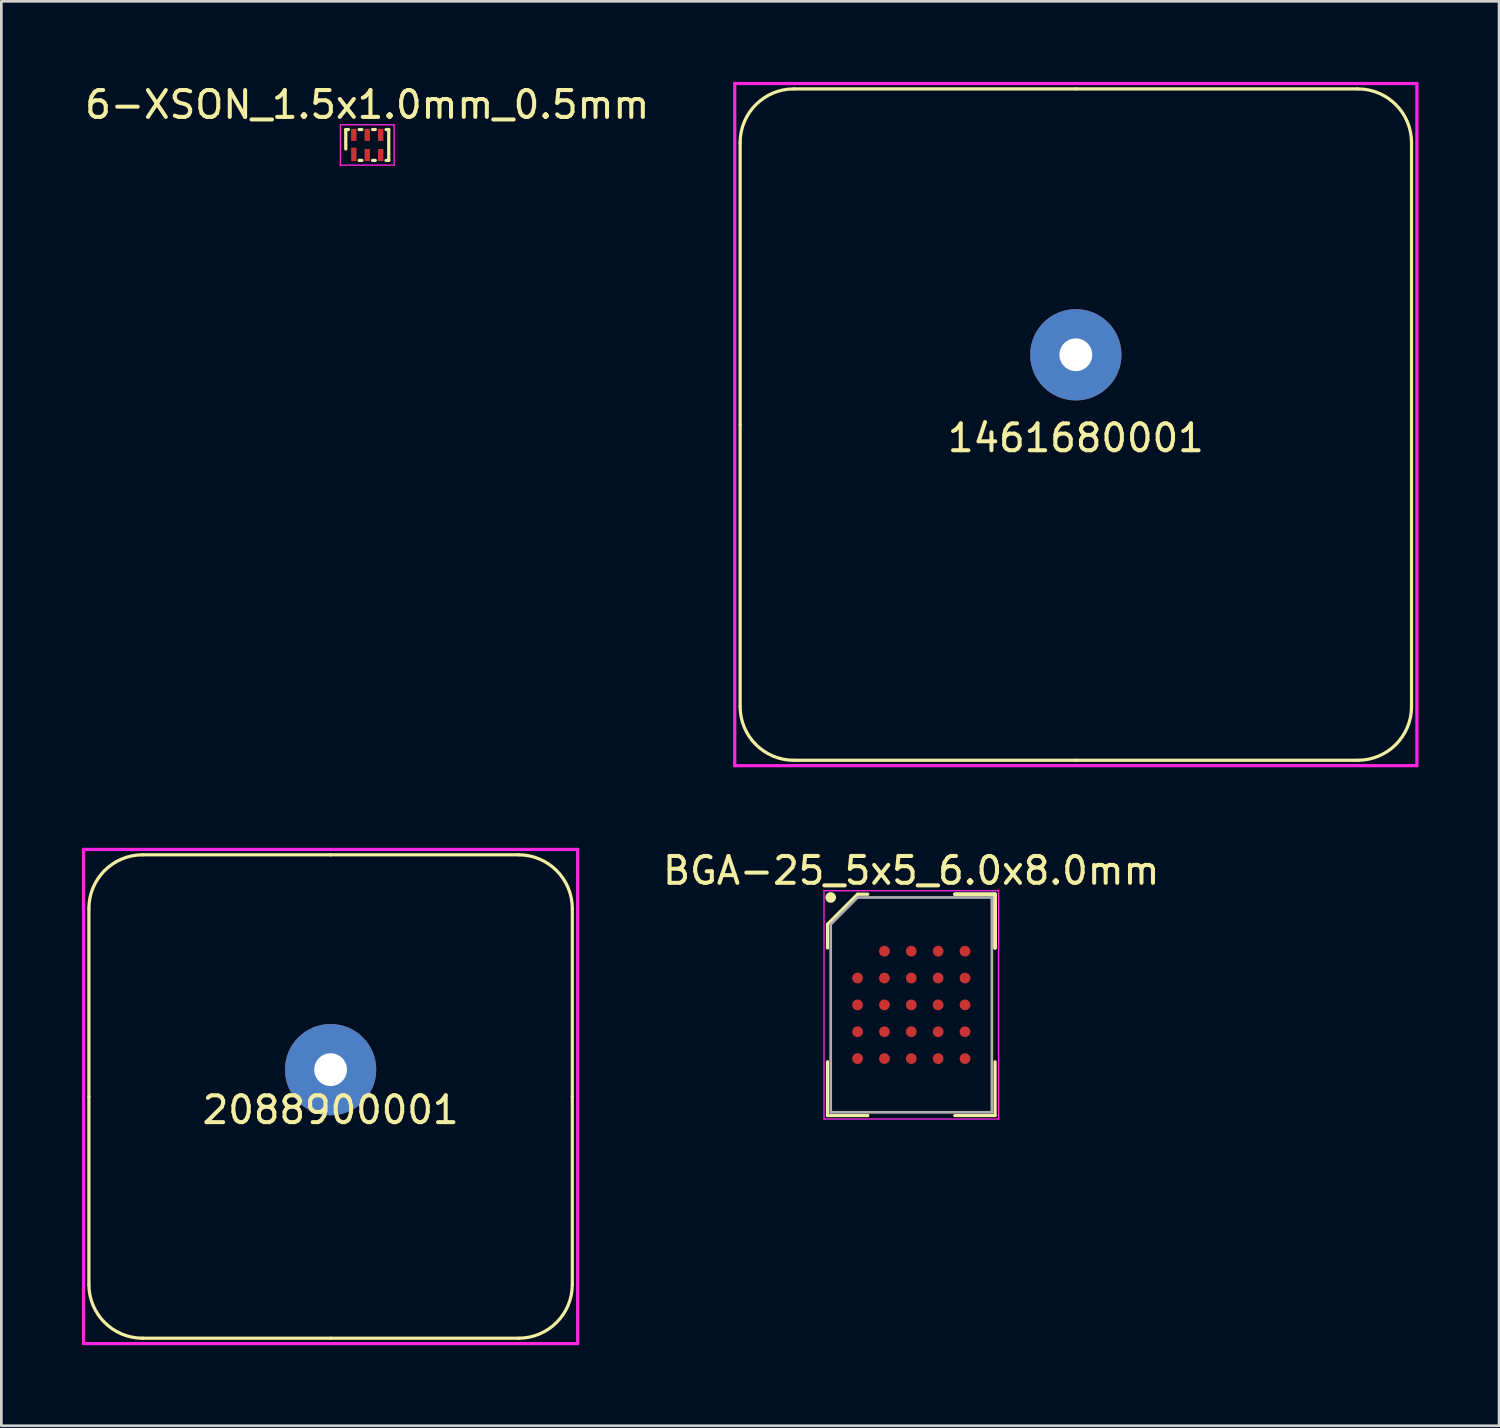
<source format=kicad_pcb>
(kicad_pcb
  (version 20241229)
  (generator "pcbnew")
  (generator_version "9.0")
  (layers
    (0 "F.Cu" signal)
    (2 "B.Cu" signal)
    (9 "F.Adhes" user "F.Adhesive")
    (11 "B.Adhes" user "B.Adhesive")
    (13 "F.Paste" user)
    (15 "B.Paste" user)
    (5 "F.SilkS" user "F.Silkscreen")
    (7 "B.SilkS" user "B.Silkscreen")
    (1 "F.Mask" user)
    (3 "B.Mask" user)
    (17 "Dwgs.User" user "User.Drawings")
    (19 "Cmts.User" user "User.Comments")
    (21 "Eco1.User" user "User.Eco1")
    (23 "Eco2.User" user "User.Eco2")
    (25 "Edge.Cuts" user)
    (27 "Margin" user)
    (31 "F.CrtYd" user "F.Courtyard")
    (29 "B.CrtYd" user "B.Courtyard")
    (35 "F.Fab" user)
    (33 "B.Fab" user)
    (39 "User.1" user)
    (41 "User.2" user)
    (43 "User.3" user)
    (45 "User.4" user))
  (footprint "2088900001"
    (layer "F.Cu")
    (at 9.26 37.78)
    (property "Reference" "2088900001" (at 0 0.5 0) (layer "F.SilkS") (effects (font (size 1 1) (thickness 0.15))))
    (attr through_hole)
    (fp_line (start -9 0) (end -9 -7) (stroke (width 0.12) (type solid)) (layer "F.SilkS"))
    (fp_line (start -9 0) (end -9 7) (stroke (width 0.12) (type solid)) (layer "F.SilkS"))
    (fp_line (start 0 -9) (end -7 -9) (stroke (width 0.12) (type solid)) (layer "F.SilkS"))
    (fp_line (start 0 -9) (end 7 -9) (stroke (width 0.12) (type solid)) (layer "F.SilkS"))
    (fp_line (start 0 9) (end -7 9) (stroke (width 0.12) (type solid)) (layer "F.SilkS"))
    (fp_line (start 0 9) (end 7 9) (stroke (width 0.12) (type solid)) (layer "F.SilkS"))
    (fp_line (start 9 0) (end 9 -7) (stroke (width 0.12) (type solid)) (layer "F.SilkS"))
    (fp_line (start 9 0) (end 9 7) (stroke (width 0.12) (type solid)) (layer "F.SilkS"))
    (fp_arc (start -9 -7) (mid -8.414214 -8.414214) (end -7 -9) (stroke (width 0.12) (type solid)) (layer "F.SilkS"))
    (fp_arc (start -7 9) (mid -8.414214 8.414214) (end -9 7) (stroke (width 0.12) (type solid)) (layer "F.SilkS"))
    (fp_arc (start 7 -9) (mid 8.414214 -8.414214) (end 9 -7) (stroke (width 0.12) (type solid)) (layer "F.SilkS"))
    (fp_arc (start 9 7) (mid 8.414214 8.414214) (end 7 9) (stroke (width 0.12) (type solid)) (layer "F.SilkS"))
    (fp_line (start -9.2 -9.2) (end 9.2 -9.2) (stroke (width 0.12) (type solid)) (layer "F.CrtYd"))
    (fp_line (start -9.2 9.2) (end -9.2 -9.2) (stroke (width 0.12) (type solid)) (layer "F.CrtYd"))
    (fp_line (start 9.2 -9.2) (end 9.2 9.2) (stroke (width 0.12) (type solid)) (layer "F.CrtYd"))
    (fp_line (start 9.2 9.2) (end -9.2 9.2) (stroke (width 0.12) (type solid)) (layer "F.CrtYd"))
    (pad "1" thru_hole circle (at 0 -1) (size 3.4 3.4) (drill 1.22) (layers "*.Cu" "*.Mask")))
  (footprint "BGA-25_5x5_6.0x8.0mm"
    (layer "F.Cu")
    (at 30.883 34.368)
    (property "Reference" "BGA-25_5x5_6.0x8.0mm" (at 0 -5 0) (layer "F.SilkS") (effects (font (size 1 1) (thickness 0.15))))
    (attr smd)
    (fp_line (start -3.12 -3) (end -3.12 -2.12) (stroke (width 0.12) (type solid)) (layer "F.SilkS"))
    (fp_line (start -3.12 4.12) (end -3.12 2.12) (stroke (width 0.12) (type solid)) (layer "F.SilkS"))
    (fp_line (start -2 -4.12) (end -3.12 -3) (stroke (width 0.12) (type solid)) (layer "F.SilkS"))
    (fp_line (start -1.62 -4.12) (end -2 -4.12) (stroke (width 0.12) (type solid)) (layer "F.SilkS"))
    (fp_line (start -1.62 4.12) (end -3.12 4.12) (stroke (width 0.12) (type solid)) (layer "F.SilkS"))
    (fp_line (start 1.62 -4.12) (end 3.12 -4.12) (stroke (width 0.12) (type solid)) (layer "F.SilkS"))
    (fp_line (start 1.62 -4.12) (end 3.12 -4.12) (stroke (width 0.12) (type solid)) (layer "F.SilkS"))
    (fp_line (start 1.62 -4.12) (end 3.12 -4.12) (stroke (width 0.12) (type solid)) (layer "F.SilkS"))
    (fp_line (start 1.62 4.12) (end 3.12 4.12) (stroke (width 0.12) (type solid)) (layer "F.SilkS"))
    (fp_line (start 3.12 -4.12) (end 3.12 -2.12) (stroke (width 0.12) (type solid)) (layer "F.SilkS"))
    (fp_line (start 3.12 -4.12) (end 3.12 -2.12) (stroke (width 0.12) (type solid)) (layer "F.SilkS"))
    (fp_line (start 3.12 -4.12) (end 3.12 -2.12) (stroke (width 0.12) (type solid)) (layer "F.SilkS"))
    (fp_line (start 3.12 4.12) (end 3.12 2.12) (stroke (width 0.12) (type solid)) (layer "F.SilkS"))
    (fp_circle (center -3 -4) (end -3 -3.9) (stroke (width 0.2) (type solid)) (fill no) (layer "F.SilkS"))
    (fp_line (start -3.25 -4.25) (end 3.25 -4.25) (stroke (width 0.05) (type solid)) (layer "F.CrtYd"))
    (fp_line (start -3.25 4.25) (end -3.25 -4.25) (stroke (width 0.05) (type solid)) (layer "F.CrtYd"))
    (fp_line (start 3.25 -4.25) (end 3.25 4.25) (stroke (width 0.05) (type solid)) (layer "F.CrtYd"))
    (fp_line (start 3.25 4.25) (end -3.25 4.25) (stroke (width 0.05) (type solid)) (layer "F.CrtYd"))
    (fp_line (start -3 -3) (end -3 4) (stroke (width 0.1) (type solid)) (layer "F.Fab"))
    (fp_line (start -3 4) (end 3 4) (stroke (width 0.1) (type solid)) (layer "F.Fab"))
    (fp_line (start -2 -4) (end -3 -3) (stroke (width 0.1) (type solid)) (layer "F.Fab"))
    (fp_line (start 3 -4) (end -2 -4) (stroke (width 0.1) (type solid)) (layer "F.Fab"))
    (fp_line (start 3 4) (end 3 -4) (stroke (width 0.1) (type solid)) (layer "F.Fab"))
    (pad "A2" smd circle (at -1 -2) (size 0.4 0.4) (layers "F.Cu" "F.Mask" "F.Paste"))
    (pad "A3" smd circle (at 0 -2) (size 0.4 0.4) (layers "F.Cu" "F.Mask" "F.Paste"))
    (pad "A4" smd circle (at 1 -2) (size 0.4 0.4) (layers "F.Cu" "F.Mask" "F.Paste"))
    (pad "A5" smd circle (at 2 -2) (size 0.4 0.4) (layers "F.Cu" "F.Mask" "F.Paste"))
    (pad "B1" smd circle (at -2 -1) (size 0.4 0.4) (layers "F.Cu" "F.Mask" "F.Paste"))
    (pad "B2" smd circle (at -1 -1) (size 0.4 0.4) (layers "F.Cu" "F.Mask" "F.Paste"))
    (pad "B3" smd circle (at 0 -1) (size 0.4 0.4) (layers "F.Cu" "F.Mask" "F.Paste"))
    (pad "B4" smd circle (at 1 -1) (size 0.4 0.4) (layers "F.Cu" "F.Mask" "F.Paste"))
    (pad "B5" smd circle (at 2 -1) (size 0.4 0.4) (layers "F.Cu" "F.Mask" "F.Paste"))
    (pad "C1" smd circle (at -2 0) (size 0.4 0.4) (layers "F.Cu" "F.Mask" "F.Paste"))
    (pad "C2" smd circle (at -1 0) (size 0.4 0.4) (layers "F.Cu" "F.Mask" "F.Paste"))
    (pad "C3" smd circle (at 0 0) (size 0.4 0.4) (layers "F.Cu" "F.Mask" "F.Paste"))
    (pad "C4" smd circle (at 1 0) (size 0.4 0.4) (layers "F.Cu" "F.Mask" "F.Paste"))
    (pad "C5" smd circle (at 2 0) (size 0.4 0.4) (layers "F.Cu" "F.Mask" "F.Paste"))
    (pad "D1" smd circle (at -2 1) (size 0.4 0.4) (layers "F.Cu" "F.Mask" "F.Paste"))
    (pad "D2" smd circle (at -1 1) (size 0.4 0.4) (layers "F.Cu" "F.Mask" "F.Paste"))
    (pad "D3" smd circle (at 0 1) (size 0.4 0.4) (layers "F.Cu" "F.Mask" "F.Paste"))
    (pad "D4" smd circle (at 1 1) (size 0.4 0.4) (layers "F.Cu" "F.Mask" "F.Paste"))
    (pad "D5" smd circle (at 2 1) (size 0.4 0.4) (layers "F.Cu" "F.Mask" "F.Paste"))
    (pad "E1" smd circle (at -2 2) (size 0.4 0.4) (layers "F.Cu" "F.Mask" "F.Paste"))
    (pad "E2" smd circle (at -1 2) (size 0.4 0.4) (layers "F.Cu" "F.Mask" "F.Paste"))
    (pad "E3" smd circle (at 0 2) (size 0.4 0.4) (layers "F.Cu" "F.Mask" "F.Paste"))
    (pad "E4" smd circle (at 1 2) (size 0.4 0.4) (layers "F.Cu" "F.Mask" "F.Paste"))
    (pad "E5" smd circle (at 2 2) (size 0.4 0.4) (layers "F.Cu" "F.Mask" "F.Paste")))
  (footprint "6-XSON_1.5x1.0mm_0.5mm"
    (layer "F.Cu")
    (at 10.625 2.348)
    (property "Reference" "6-XSON_1.5x1.0mm_0.5mm" (at 0 -1.5 0) (layer "F.SilkS") (effects (font (size 1 1) (thickness 0.15))))
    (attr smd)
    (fp_line (start -0.8 -0.575) (end -0.8 0.15) (stroke (width 0.12) (type solid)) (layer "F.SilkS"))
    (fp_line (start -0.7 -0.575) (end -0.8 -0.575) (stroke (width 0.12) (type solid)) (layer "F.SilkS"))
    (fp_line (start -0.3 -0.575) (end -0.2 -0.575) (stroke (width 0.12) (type solid)) (layer "F.SilkS"))
    (fp_line (start -0.3 0.575) (end -0.2 0.575) (stroke (width 0.12) (type solid)) (layer "F.SilkS"))
    (fp_line (start 0.2 -0.575) (end 0.3 -0.575) (stroke (width 0.12) (type solid)) (layer "F.SilkS"))
    (fp_line (start 0.2 0.575) (end 0.3 0.575) (stroke (width 0.12) (type solid)) (layer "F.SilkS"))
    (fp_line (start 0.7 -0.575) (end 0.8 -0.575) (stroke (width 0.12) (type solid)) (layer "F.SilkS"))
    (fp_line (start 0.7 0.575) (end 0.8 0.575) (stroke (width 0.12) (type solid)) (layer "F.SilkS"))
    (fp_line (start 0.8 0.575) (end 0.8 -0.575) (stroke (width 0.12) (type solid)) (layer "F.SilkS"))
    (fp_line (start -1 -0.75) (end 1 -0.75) (stroke (width 0.05) (type solid)) (layer "F.CrtYd"))
    (fp_line (start -1 0.75) (end -1 -0.75) (stroke (width 0.05) (type solid)) (layer "F.CrtYd"))
    (fp_line (start 1 -0.75) (end 1 0.75) (stroke (width 0.05) (type solid)) (layer "F.CrtYd"))
    (fp_line (start 1 0.75) (end -1 0.75) (stroke (width 0.05) (type solid)) (layer "F.CrtYd"))
    (pad "" smd rect (at -0.5 -0.25) (size 0.2 0.3) (drill (offset 0 -0.05)) (layers "F.Paste"))
    (pad "" smd rect (at -0.5 0.35) (size 0.2 0.3) (drill (offset 0 -0.05)) (layers "F.Paste"))
    (pad "" smd rect (at 0 -0.25) (size 0.2 0.3) (drill (offset 0 -0.05)) (layers "F.Paste"))
    (pad "" smd rect (at 0 0.35) (size 0.2 0.3) (drill (offset 0 -0.05)) (layers "F.Paste"))
    (pad "" smd rect (at 0.5 -0.25) (size 0.2 0.3) (drill (offset 0 -0.05)) (layers "F.Paste"))
    (pad "" smd rect (at 0.5 0.35) (size 0.2 0.3) (drill (offset 0 -0.05)) (layers "F.Paste"))
    (pad "1" smd rect (at -0.5 0.4) (size 0.2 0.5) (drill (offset 0 -0.05)) (layers "F.Cu" "F.Mask"))
    (pad "2" smd rect (at 0 0.3) (size 0.2 0.45) (drill (offset 0 0.075)) (layers "F.Cu" "F.Mask"))
    (pad "3" smd rect (at 0.5 0.3) (size 0.2 0.45) (drill (offset 0 0.075)) (layers "F.Cu" "F.Mask"))
    (pad "4" smd rect (at 0.5 -0.3) (size 0.2 0.45) (drill (offset 0 -0.075)) (layers "F.Cu" "F.Mask"))
    (pad "5" smd rect (at 0 -0.3) (size 0.2 0.45) (drill (offset 0 -0.075)) (layers "F.Cu" "F.Mask"))
    (pad "6" smd rect (at -0.5 -0.45) (size 0.2 0.45) (drill (offset 0 0.075)) (layers "F.Cu" "F.Mask")))
  (footprint "1461680001"
    (layer "F.Cu")
    (at 37.01 12.76)
    (property "Reference" "1461680001" (at 0 0.5 0) (layer "F.SilkS") (effects (font (size 1 1) (thickness 0.15))))
    (attr through_hole)
    (fp_line (start -12.5 0) (end -12.5 -10.5) (stroke (width 0.12) (type solid)) (layer "F.SilkS"))
    (fp_line (start -12.5 0) (end -12.5 10.5) (stroke (width 0.12) (type solid)) (layer "F.SilkS"))
    (fp_line (start 0 -12.5) (end -10.5 -12.5) (stroke (width 0.12) (type solid)) (layer "F.SilkS"))
    (fp_line (start 0 -12.5) (end 10.5 -12.5) (stroke (width 0.12) (type solid)) (layer "F.SilkS"))
    (fp_line (start 0 12.5) (end -10.5 12.5) (stroke (width 0.12) (type solid)) (layer "F.SilkS"))
    (fp_line (start 0 12.5) (end 10.5 12.5) (stroke (width 0.12) (type solid)) (layer "F.SilkS"))
    (fp_line (start 12.5 0) (end 12.5 -10.5) (stroke (width 0.12) (type solid)) (layer "F.SilkS"))
    (fp_line (start 12.5 0) (end 12.5 10.5) (stroke (width 0.12) (type solid)) (layer "F.SilkS"))
    (fp_arc (start -12.5 -10.5) (mid -11.914214 -11.914214) (end -10.5 -12.5) (stroke (width 0.12) (type solid)) (layer "F.SilkS"))
    (fp_arc (start -10.5 12.5) (mid -11.914214 11.914214) (end -12.5 10.5) (stroke (width 0.12) (type solid)) (layer "F.SilkS"))
    (fp_arc (start 10.5 -12.5) (mid 11.914214 -11.914214) (end 12.5 -10.5) (stroke (width 0.12) (type solid)) (layer "F.SilkS"))
    (fp_arc (start 12.5 10.5) (mid 11.914214 11.914214) (end 10.5 12.5) (stroke (width 0.12) (type solid)) (layer "F.SilkS"))
    (fp_line (start -12.7 -12.7) (end 12.7 -12.7) (stroke (width 0.12) (type solid)) (layer "F.CrtYd"))
    (fp_line (start -12.7 12.7) (end -12.7 -12.7) (stroke (width 0.12) (type solid)) (layer "F.CrtYd"))
    (fp_line (start 12.7 -12.7) (end 12.7 12.7) (stroke (width 0.12) (type solid)) (layer "F.CrtYd"))
    (fp_line (start 12.7 12.7) (end -12.7 12.7) (stroke (width 0.12) (type solid)) (layer "F.CrtYd"))
    (pad "1" thru_hole circle (at 0 -2.6) (size 3.4 3.4) (drill 1.22) (layers "*.Cu" "*.Mask")))
  (gr_rect
    (start -3 -3)
    (end 52.77 50.04)
    (stroke (width 0.1) (type default))
    (fill no)
    (layer "Edge.Cuts")))
</source>
